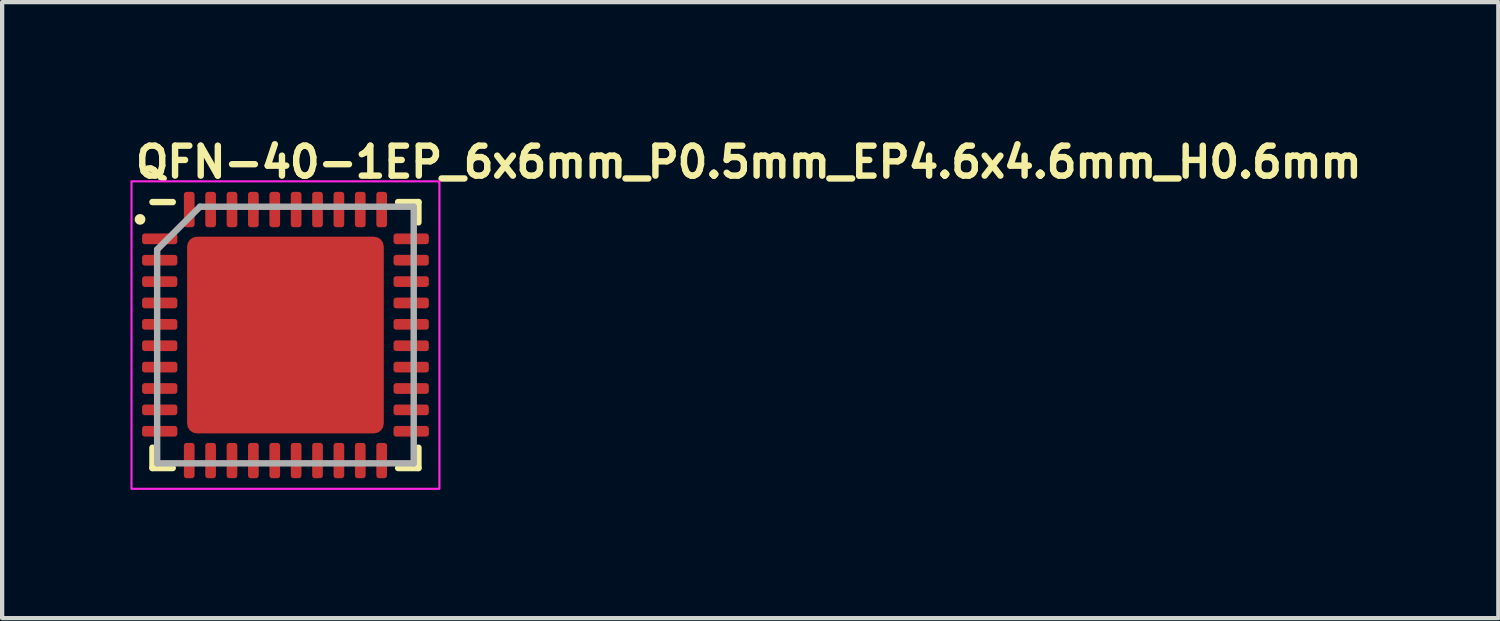
<source format=kicad_pcb>
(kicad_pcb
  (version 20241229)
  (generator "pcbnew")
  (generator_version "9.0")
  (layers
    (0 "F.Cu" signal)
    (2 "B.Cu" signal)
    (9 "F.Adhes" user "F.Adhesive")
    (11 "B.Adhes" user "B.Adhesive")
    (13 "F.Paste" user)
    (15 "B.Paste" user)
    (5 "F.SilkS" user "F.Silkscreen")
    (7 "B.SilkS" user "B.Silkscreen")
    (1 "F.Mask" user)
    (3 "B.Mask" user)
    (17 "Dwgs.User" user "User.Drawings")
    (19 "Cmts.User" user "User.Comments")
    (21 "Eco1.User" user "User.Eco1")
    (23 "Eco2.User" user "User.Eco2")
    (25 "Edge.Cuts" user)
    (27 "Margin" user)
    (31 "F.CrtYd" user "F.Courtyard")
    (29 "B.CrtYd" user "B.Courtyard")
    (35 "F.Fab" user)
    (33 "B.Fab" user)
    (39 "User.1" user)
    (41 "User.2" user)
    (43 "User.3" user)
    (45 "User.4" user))
  (footprint "QFN-40-1EP_6x6mm_P0.5mm_EP4.6x4.6mm_H0.6mm"
    (layer "F.Cu")
    (at 3.625 4.78)
    (property "Reference" "QFN-40-1EP_6x6mm_P0.5mm_EP4.6x4.6mm_H0.6mm" (at -3.58 -3.63 0) (unlocked yes) (layer "F.SilkS") (effects (font (size 0.7 0.7) (thickness 0.15)) (justify left bottom)))
    (attr smd)
    (fp_line (start -3.11 -3.105) (end -2.635 -3.105) (stroke (width 0.15) (type solid)) (layer "F.SilkS"))
    (fp_line (start -3.11 3.115) (end -3.11 2.64) (stroke (width 0.15) (type solid)) (layer "F.SilkS"))
    (fp_line (start -2.635 3.115) (end -3.11 3.115) (stroke (width 0.15) (type solid)) (layer "F.SilkS"))
    (fp_line (start 2.635 -3.105) (end 3.11 -3.105) (stroke (width 0.15) (type solid)) (layer "F.SilkS"))
    (fp_line (start 2.635 3.115) (end 3.11 3.115) (stroke (width 0.15) (type solid)) (layer "F.SilkS"))
    (fp_line (start 3.11 -3.105) (end 3.11 -2.63) (stroke (width 0.15) (type solid)) (layer "F.SilkS"))
    (fp_line (start 3.11 3.115) (end 3.11 2.64) (stroke (width 0.15) (type solid)) (layer "F.SilkS"))
    (fp_circle (center -3.4 -2.7) (end -3.35 -2.7) (stroke (width 0.15) (type solid)) (fill yes) (layer "F.SilkS"))
    (fp_rect (start -3.6 -3.59) (end 3.6 3.6) (stroke (width 0.05) (type solid)) (fill no) (layer "F.CrtYd"))
    (fp_line (start -3 -1.995) (end -2 -2.995) (stroke (width 0.15) (type solid)) (layer "F.Fab"))
    (fp_line (start -3 3.005) (end -3 -1.995) (stroke (width 0.15) (type solid)) (layer "F.Fab"))
    (fp_line (start -2 -2.995) (end 3 -2.995) (stroke (width 0.15) (type solid)) (layer "F.Fab"))
    (fp_line (start 3 -2.995) (end 3 3.005) (stroke (width 0.15) (type solid)) (layer "F.Fab"))
    (fp_line (start 3 3.005) (end -3 3.005) (stroke (width 0.15) (type solid)) (layer "F.Fab"))
    (fp_rect (start -3 -3) (end 3 3) (stroke (width 0.1) (type solid)) (fill no) (layer "User.5"))
    (fp_line (start -3 -2.365) (end -3 -2.135) (stroke (width 0.02) (type solid)) (layer "User.9"))
    (fp_line (start -3 -2.135) (end -2.99 -2.135) (stroke (width 0.02) (type solid)) (layer "User.9"))
    (fp_line (start -3 -1.865) (end -3 -1.635) (stroke (width 0.02) (type solid)) (layer "User.9"))
    (fp_line (start -3 -1.635) (end -2.99 -1.635) (stroke (width 0.02) (type solid)) (layer "User.9"))
    (fp_line (start -3 -1.365) (end -3 -1.135) (stroke (width 0.02) (type solid)) (layer "User.9"))
    (fp_line (start -3 -1.135) (end -2.99 -1.135) (stroke (width 0.02) (type solid)) (layer "User.9"))
    (fp_line (start -3 -0.865) (end -3 -0.635) (stroke (width 0.02) (type solid)) (layer "User.9"))
    (fp_line (start -3 -0.635) (end -2.99 -0.635) (stroke (width 0.02) (type solid)) (layer "User.9"))
    (fp_line (start -3 -0.365) (end -3 -0.135) (stroke (width 0.02) (type solid)) (layer "User.9"))
    (fp_line (start -3 -0.135) (end -2.99 -0.135) (stroke (width 0.02) (type solid)) (layer "User.9"))
    (fp_line (start -3 0.135) (end -3 0.365) (stroke (width 0.02) (type solid)) (layer "User.9"))
    (fp_line (start -3 0.365) (end -2.99 0.365) (stroke (width 0.02) (type solid)) (layer "User.9"))
    (fp_line (start -3 0.635) (end -3 0.865) (stroke (width 0.02) (type solid)) (layer "User.9"))
    (fp_line (start -3 0.865) (end -2.99 0.865) (stroke (width 0.02) (type solid)) (layer "User.9"))
    (fp_line (start -3 1.135) (end -3 1.365) (stroke (width 0.02) (type solid)) (layer "User.9"))
    (fp_line (start -3 1.365) (end -2.99 1.365) (stroke (width 0.02) (type solid)) (layer "User.9"))
    (fp_line (start -3 1.635) (end -3 1.865) (stroke (width 0.02) (type solid)) (layer "User.9"))
    (fp_line (start -3 1.865) (end -2.99 1.865) (stroke (width 0.02) (type solid)) (layer "User.9"))
    (fp_line (start -3 2.135) (end -3 2.365) (stroke (width 0.02) (type solid)) (layer "User.9"))
    (fp_line (start -3 2.365) (end -2.99 2.365) (stroke (width 0.02) (type solid)) (layer "User.9"))
    (fp_line (start -2.99 -2.99) (end -2.99 2.99) (stroke (width 0.02) (type solid)) (layer "User.9"))
    (fp_line (start -2.99 -2.99) (end 2.99 -2.99) (stroke (width 0.02) (type solid)) (layer "User.9"))
    (fp_line (start -2.99 -2.365) (end -3 -2.365) (stroke (width 0.02) (type solid)) (layer "User.9"))
    (fp_line (start -2.99 -1.865) (end -3 -1.865) (stroke (width 0.02) (type solid)) (layer "User.9"))
    (fp_line (start -2.99 -1.365) (end -3 -1.365) (stroke (width 0.02) (type solid)) (layer "User.9"))
    (fp_line (start -2.99 -0.865) (end -3 -0.865) (stroke (width 0.02) (type solid)) (layer "User.9"))
    (fp_line (start -2.99 -0.365) (end -3 -0.365) (stroke (width 0.02) (type solid)) (layer "User.9"))
    (fp_line (start -2.99 0.135) (end -3 0.135) (stroke (width 0.02) (type solid)) (layer "User.9"))
    (fp_line (start -2.99 0.635) (end -3 0.635) (stroke (width 0.02) (type solid)) (layer "User.9"))
    (fp_line (start -2.99 1.135) (end -3 1.135) (stroke (width 0.02) (type solid)) (layer "User.9"))
    (fp_line (start -2.99 1.635) (end -3 1.635) (stroke (width 0.02) (type solid)) (layer "User.9"))
    (fp_line (start -2.99 2.135) (end -3 2.135) (stroke (width 0.02) (type solid)) (layer "User.9"))
    (fp_line (start -2.99 2.99) (end 2.99 2.99) (stroke (width 0.02) (type solid)) (layer "User.9"))
    (fp_line (start -2.55 -2.3) (end -2.546 -2.343) (stroke (width 0.02) (type solid)) (layer "User.9"))
    (fp_line (start -2.546 -2.343) (end -2.535 -2.386) (stroke (width 0.02) (type solid)) (layer "User.9"))
    (fp_line (start -2.546 -2.257) (end -2.55 -2.3) (stroke (width 0.02) (type solid)) (layer "User.9"))
    (fp_line (start -2.535 -2.386) (end -2.517 -2.425) (stroke (width 0.02) (type solid)) (layer "User.9"))
    (fp_line (start -2.535 -2.214) (end -2.546 -2.257) (stroke (width 0.02) (type solid)) (layer "User.9"))
    (fp_line (start -2.517 -2.425) (end -2.492 -2.461) (stroke (width 0.02) (type solid)) (layer "User.9"))
    (fp_line (start -2.517 -2.175) (end -2.535 -2.214) (stroke (width 0.02) (type solid)) (layer "User.9"))
    (fp_line (start -2.492 -2.461) (end -2.461 -2.492) (stroke (width 0.02) (type solid)) (layer "User.9"))
    (fp_line (start -2.492 -2.139) (end -2.517 -2.175) (stroke (width 0.02) (type solid)) (layer "User.9"))
    (fp_line (start -2.461 -2.492) (end -2.425 -2.517) (stroke (width 0.02) (type solid)) (layer "User.9"))
    (fp_line (start -2.461 -2.108) (end -2.492 -2.139) (stroke (width 0.02) (type solid)) (layer "User.9"))
    (fp_line (start -2.425 -2.517) (end -2.386 -2.535) (stroke (width 0.02) (type solid)) (layer "User.9"))
    (fp_line (start -2.425 -2.083) (end -2.461 -2.108) (stroke (width 0.02) (type solid)) (layer "User.9"))
    (fp_line (start -2.386 -2.535) (end -2.343 -2.546) (stroke (width 0.02) (type solid)) (layer "User.9"))
    (fp_line (start -2.386 -2.065) (end -2.425 -2.083) (stroke (width 0.02) (type solid)) (layer "User.9"))
    (fp_line (start -2.365 -3) (end -2.365 -2.99) (stroke (width 0.02) (type solid)) (layer "User.9"))
    (fp_line (start -2.365 2.99) (end -2.365 3) (stroke (width 0.02) (type solid)) (layer "User.9"))
    (fp_line (start -2.365 3) (end -2.135 3) (stroke (width 0.02) (type solid)) (layer "User.9"))
    (fp_line (start -2.343 -2.546) (end -2.3 -2.55) (stroke (width 0.02) (type solid)) (layer "User.9"))
    (fp_line (start -2.343 -2.054) (end -2.386 -2.065) (stroke (width 0.02) (type solid)) (layer "User.9"))
    (fp_line (start -2.3 -2.55) (end -2.257 -2.546) (stroke (width 0.02) (type solid)) (layer "User.9"))
    (fp_line (start -2.3 -2.05) (end -2.343 -2.054) (stroke (width 0.02) (type solid)) (layer "User.9"))
    (fp_line (start -2.257 -2.546) (end -2.214 -2.535) (stroke (width 0.02) (type solid)) (layer "User.9"))
    (fp_line (start -2.257 -2.054) (end -2.3 -2.05) (stroke (width 0.02) (type solid)) (layer "User.9"))
    (fp_line (start -2.214 -2.535) (end -2.175 -2.517) (stroke (width 0.02) (type solid)) (layer "User.9"))
    (fp_line (start -2.214 -2.065) (end -2.257 -2.054) (stroke (width 0.02) (type solid)) (layer "User.9"))
    (fp_line (start -2.175 -2.517) (end -2.139 -2.492) (stroke (width 0.02) (type solid)) (layer "User.9"))
    (fp_line (start -2.175 -2.083) (end -2.214 -2.065) (stroke (width 0.02) (type solid)) (layer "User.9"))
    (fp_line (start -2.139 -2.492) (end -2.108 -2.461) (stroke (width 0.02) (type solid)) (layer "User.9"))
    (fp_line (start -2.139 -2.108) (end -2.175 -2.083) (stroke (width 0.02) (type solid)) (layer "User.9"))
    (fp_line (start -2.135 -3) (end -2.365 -3) (stroke (width 0.02) (type solid)) (layer "User.9"))
    (fp_line (start -2.135 -2.99) (end -2.135 -3) (stroke (width 0.02) (type solid)) (layer "User.9"))
    (fp_line (start -2.135 3) (end -2.135 2.99) (stroke (width 0.02) (type solid)) (layer "User.9"))
    (fp_line (start -2.108 -2.461) (end -2.083 -2.425) (stroke (width 0.02) (type solid)) (layer "User.9"))
    (fp_line (start -2.108 -2.139) (end -2.139 -2.108) (stroke (width 0.02) (type solid)) (layer "User.9"))
    (fp_line (start -2.083 -2.425) (end -2.065 -2.386) (stroke (width 0.02) (type solid)) (layer "User.9"))
    (fp_line (start -2.083 -2.175) (end -2.108 -2.139) (stroke (width 0.02) (type solid)) (layer "User.9"))
    (fp_line (start -2.065 -2.386) (end -2.054 -2.343) (stroke (width 0.02) (type solid)) (layer "User.9"))
    (fp_line (start -2.065 -2.214) (end -2.083 -2.175) (stroke (width 0.02) (type solid)) (layer "User.9"))
    (fp_line (start -2.054 -2.343) (end -2.05 -2.3) (stroke (width 0.02) (type solid)) (layer "User.9"))
    (fp_line (start -2.054 -2.257) (end -2.065 -2.214) (stroke (width 0.02) (type solid)) (layer "User.9"))
    (fp_line (start -2.05 -2.3) (end -2.054 -2.257) (stroke (width 0.02) (type solid)) (layer "User.9"))
    (fp_line (start -1.865 -3) (end -1.865 -2.99) (stroke (width 0.02) (type solid)) (layer "User.9"))
    (fp_line (start -1.865 2.99) (end -1.865 3) (stroke (width 0.02) (type solid)) (layer "User.9"))
    (fp_line (start -1.865 3) (end -1.635 3) (stroke (width 0.02) (type solid)) (layer "User.9"))
    (fp_line (start -1.635 -3) (end -1.865 -3) (stroke (width 0.02) (type solid)) (layer "User.9"))
    (fp_line (start -1.635 -2.99) (end -1.635 -3) (stroke (width 0.02) (type solid)) (layer "User.9"))
    (fp_line (start -1.635 3) (end -1.635 2.99) (stroke (width 0.02) (type solid)) (layer "User.9"))
    (fp_line (start -1.365 -3) (end -1.365 -2.99) (stroke (width 0.02) (type solid)) (layer "User.9"))
    (fp_line (start -1.365 2.99) (end -1.365 3) (stroke (width 0.02) (type solid)) (layer "User.9"))
    (fp_line (start -1.365 3) (end -1.135 3) (stroke (width 0.02) (type solid)) (layer "User.9"))
    (fp_line (start -1.135 -3) (end -1.365 -3) (stroke (width 0.02) (type solid)) (layer "User.9"))
    (fp_line (start -1.135 -2.99) (end -1.135 -3) (stroke (width 0.02) (type solid)) (layer "User.9"))
    (fp_line (start -1.135 3) (end -1.135 2.99) (stroke (width 0.02) (type solid)) (layer "User.9"))
    (fp_line (start -0.865 -3) (end -0.865 -2.99) (stroke (width 0.02) (type solid)) (layer "User.9"))
    (fp_line (start -0.865 2.99) (end -0.865 3) (stroke (width 0.02) (type solid)) (layer "User.9"))
    (fp_line (start -0.865 3) (end -0.635 3) (stroke (width 0.02) (type solid)) (layer "User.9"))
    (fp_line (start -0.635 -3) (end -0.865 -3) (stroke (width 0.02) (type solid)) (layer "User.9"))
    (fp_line (start -0.635 -2.99) (end -0.635 -3) (stroke (width 0.02) (type solid)) (layer "User.9"))
    (fp_line (start -0.635 3) (end -0.635 2.99) (stroke (width 0.02) (type solid)) (layer "User.9"))
    (fp_line (start -0.365 -3) (end -0.365 -2.99) (stroke (width 0.02) (type solid)) (layer "User.9"))
    (fp_line (start -0.365 2.99) (end -0.365 3) (stroke (width 0.02) (type solid)) (layer "User.9"))
    (fp_line (start -0.365 3) (end -0.135 3) (stroke (width 0.02) (type solid)) (layer "User.9"))
    (fp_line (start -0.135 -3) (end -0.365 -3) (stroke (width 0.02) (type solid)) (layer "User.9"))
    (fp_line (start -0.135 -2.99) (end -0.135 -3) (stroke (width 0.02) (type solid)) (layer "User.9"))
    (fp_line (start -0.135 3) (end -0.135 2.99) (stroke (width 0.02) (type solid)) (layer "User.9"))
    (fp_line (start 0.135 -3) (end 0.135 -2.99) (stroke (width 0.02) (type solid)) (layer "User.9"))
    (fp_line (start 0.135 2.99) (end 0.135 3) (stroke (width 0.02) (type solid)) (layer "User.9"))
    (fp_line (start 0.135 3) (end 0.365 3) (stroke (width 0.02) (type solid)) (layer "User.9"))
    (fp_line (start 0.365 -3) (end 0.135 -3) (stroke (width 0.02) (type solid)) (layer "User.9"))
    (fp_line (start 0.365 -2.99) (end 0.365 -3) (stroke (width 0.02) (type solid)) (layer "User.9"))
    (fp_line (start 0.365 3) (end 0.365 2.99) (stroke (width 0.02) (type solid)) (layer "User.9"))
    (fp_line (start 0.635 -3) (end 0.635 -2.99) (stroke (width 0.02) (type solid)) (layer "User.9"))
    (fp_line (start 0.635 2.99) (end 0.635 3) (stroke (width 0.02) (type solid)) (layer "User.9"))
    (fp_line (start 0.635 3) (end 0.865 3) (stroke (width 0.02) (type solid)) (layer "User.9"))
    (fp_line (start 0.865 -3) (end 0.635 -3) (stroke (width 0.02) (type solid)) (layer "User.9"))
    (fp_line (start 0.865 -2.99) (end 0.865 -3) (stroke (width 0.02) (type solid)) (layer "User.9"))
    (fp_line (start 0.865 3) (end 0.865 2.99) (stroke (width 0.02) (type solid)) (layer "User.9"))
    (fp_line (start 1.135 -3) (end 1.135 -2.99) (stroke (width 0.02) (type solid)) (layer "User.9"))
    (fp_line (start 1.135 2.99) (end 1.135 3) (stroke (width 0.02) (type solid)) (layer "User.9"))
    (fp_line (start 1.135 3) (end 1.365 3) (stroke (width 0.02) (type solid)) (layer "User.9"))
    (fp_line (start 1.365 -3) (end 1.135 -3) (stroke (width 0.02) (type solid)) (layer "User.9"))
    (fp_line (start 1.365 -2.99) (end 1.365 -3) (stroke (width 0.02) (type solid)) (layer "User.9"))
    (fp_line (start 1.365 3) (end 1.365 2.99) (stroke (width 0.02) (type solid)) (layer "User.9"))
    (fp_line (start 1.635 -3) (end 1.635 -2.99) (stroke (width 0.02) (type solid)) (layer "User.9"))
    (fp_line (start 1.635 2.99) (end 1.635 3) (stroke (width 0.02) (type solid)) (layer "User.9"))
    (fp_line (start 1.635 3) (end 1.865 3) (stroke (width 0.02) (type solid)) (layer "User.9"))
    (fp_line (start 1.865 -3) (end 1.635 -3) (stroke (width 0.02) (type solid)) (layer "User.9"))
    (fp_line (start 1.865 -2.99) (end 1.865 -3) (stroke (width 0.02) (type solid)) (layer "User.9"))
    (fp_line (start 1.865 3) (end 1.865 2.99) (stroke (width 0.02) (type solid)) (layer "User.9"))
    (fp_line (start 2.135 -3) (end 2.135 -2.99) (stroke (width 0.02) (type solid)) (layer "User.9"))
    (fp_line (start 2.135 2.99) (end 2.135 3) (stroke (width 0.02) (type solid)) (layer "User.9"))
    (fp_line (start 2.135 3) (end 2.365 3) (stroke (width 0.02) (type solid)) (layer "User.9"))
    (fp_line (start 2.365 -3) (end 2.135 -3) (stroke (width 0.02) (type solid)) (layer "User.9"))
    (fp_line (start 2.365 -2.99) (end 2.365 -3) (stroke (width 0.02) (type solid)) (layer "User.9"))
    (fp_line (start 2.365 3) (end 2.365 2.99) (stroke (width 0.02) (type solid)) (layer "User.9"))
    (fp_line (start 2.99 -2.99) (end 2.99 2.99) (stroke (width 0.02) (type solid)) (layer "User.9"))
    (fp_line (start 2.99 -2.135) (end 3 -2.135) (stroke (width 0.02) (type solid)) (layer "User.9"))
    (fp_line (start 2.99 -1.635) (end 3 -1.635) (stroke (width 0.02) (type solid)) (layer "User.9"))
    (fp_line (start 2.99 -1.135) (end 3 -1.135) (stroke (width 0.02) (type solid)) (layer "User.9"))
    (fp_line (start 2.99 -0.635) (end 3 -0.635) (stroke (width 0.02) (type solid)) (layer "User.9"))
    (fp_line (start 2.99 -0.135) (end 3 -0.135) (stroke (width 0.02) (type solid)) (layer "User.9"))
    (fp_line (start 2.99 0.365) (end 3 0.365) (stroke (width 0.02) (type solid)) (layer "User.9"))
    (fp_line (start 2.99 0.865) (end 3 0.865) (stroke (width 0.02) (type solid)) (layer "User.9"))
    (fp_line (start 2.99 1.365) (end 3 1.365) (stroke (width 0.02) (type solid)) (layer "User.9"))
    (fp_line (start 2.99 1.865) (end 3 1.865) (stroke (width 0.02) (type solid)) (layer "User.9"))
    (fp_line (start 2.99 2.365) (end 3 2.365) (stroke (width 0.02) (type solid)) (layer "User.9"))
    (fp_line (start 3 -2.365) (end 2.99 -2.365) (stroke (width 0.02) (type solid)) (layer "User.9"))
    (fp_line (start 3 -2.135) (end 3 -2.365) (stroke (width 0.02) (type solid)) (layer "User.9"))
    (fp_line (start 3 -1.865) (end 2.99 -1.865) (stroke (width 0.02) (type solid)) (layer "User.9"))
    (fp_line (start 3 -1.635) (end 3 -1.865) (stroke (width 0.02) (type solid)) (layer "User.9"))
    (fp_line (start 3 -1.365) (end 2.99 -1.365) (stroke (width 0.02) (type solid)) (layer "User.9"))
    (fp_line (start 3 -1.135) (end 3 -1.365) (stroke (width 0.02) (type solid)) (layer "User.9"))
    (fp_line (start 3 -0.865) (end 2.99 -0.865) (stroke (width 0.02) (type solid)) (layer "User.9"))
    (fp_line (start 3 -0.635) (end 3 -0.865) (stroke (width 0.02) (type solid)) (layer "User.9"))
    (fp_line (start 3 -0.365) (end 2.99 -0.365) (stroke (width 0.02) (type solid)) (layer "User.9"))
    (fp_line (start 3 -0.135) (end 3 -0.365) (stroke (width 0.02) (type solid)) (layer "User.9"))
    (fp_line (start 3 0.135) (end 2.99 0.135) (stroke (width 0.02) (type solid)) (layer "User.9"))
    (fp_line (start 3 0.365) (end 3 0.135) (stroke (width 0.02) (type solid)) (layer "User.9"))
    (fp_line (start 3 0.635) (end 2.99 0.635) (stroke (width 0.02) (type solid)) (layer "User.9"))
    (fp_line (start 3 0.865) (end 3 0.635) (stroke (width 0.02) (type solid)) (layer "User.9"))
    (fp_line (start 3 1.135) (end 2.99 1.135) (stroke (width 0.02) (type solid)) (layer "User.9"))
    (fp_line (start 3 1.365) (end 3 1.135) (stroke (width 0.02) (type solid)) (layer "User.9"))
    (fp_line (start 3 1.635) (end 2.99 1.635) (stroke (width 0.02) (type solid)) (layer "User.9"))
    (fp_line (start 3 1.865) (end 3 1.635) (stroke (width 0.02) (type solid)) (layer "User.9"))
    (fp_line (start 3 2.135) (end 2.99 2.135) (stroke (width 0.02) (type solid)) (layer "User.9"))
    (fp_line (start 3 2.365) (end 3 2.135) (stroke (width 0.02) (type solid)) (layer "User.9"))
    (pad "" smd roundrect (at -1.725 -1.72) (size 0.93 0.93) (layers "F.Paste") (roundrect_rratio 0.25))
    (pad "" smd roundrect (at -1.725 -0.57) (size 0.93 0.93) (layers "F.Paste") (roundrect_rratio 0.25))
    (pad "" smd roundrect (at -1.725 0.58) (size 0.93 0.93) (layers "F.Paste") (roundrect_rratio 0.25))
    (pad "" smd roundrect (at -1.725 1.73) (size 0.93 0.93) (layers "F.Paste") (roundrect_rratio 0.25))
    (pad "" smd roundrect (at -0.575 -1.72) (size 0.93 0.93) (layers "F.Paste") (roundrect_rratio 0.25))
    (pad "" smd roundrect (at -0.575 -0.57) (size 0.93 0.93) (layers "F.Paste") (roundrect_rratio 0.25))
    (pad "" smd roundrect (at -0.575 0.58) (size 0.93 0.93) (layers "F.Paste") (roundrect_rratio 0.25))
    (pad "" smd roundrect (at -0.575 1.73) (size 0.93 0.93) (layers "F.Paste") (roundrect_rratio 0.25))
    (pad "" smd roundrect (at 0.575 -1.72) (size 0.93 0.93) (layers "F.Paste") (roundrect_rratio 0.25))
    (pad "" smd roundrect (at 0.575 -0.57) (size 0.93 0.93) (layers "F.Paste") (roundrect_rratio 0.25))
    (pad "" smd roundrect (at 0.575 0.58) (size 0.93 0.93) (layers "F.Paste") (roundrect_rratio 0.25))
    (pad "" smd roundrect (at 0.575 1.73) (size 0.93 0.93) (layers "F.Paste") (roundrect_rratio 0.25))
    (pad "" smd roundrect (at 1.725 -1.72) (size 0.93 0.93) (layers "F.Paste") (roundrect_rratio 0.25))
    (pad "" smd roundrect (at 1.725 -0.57) (size 0.93 0.93) (layers "F.Paste") (roundrect_rratio 0.25))
    (pad "" smd roundrect (at 1.725 0.58) (size 0.93 0.93) (layers "F.Paste") (roundrect_rratio 0.25))
    (pad "" smd roundrect (at 1.725 1.73) (size 0.93 0.93) (layers "F.Paste") (roundrect_rratio 0.25))
    (pad "1" smd roundrect (at -2.94 -2.245) (size 0.825 0.25) (layers "F.Cu" "F.Mask" "F.Paste") (roundrect_rratio 0.25))
    (pad "2" smd roundrect (at -2.94 -1.745) (size 0.825 0.25) (layers "F.Cu" "F.Mask" "F.Paste") (roundrect_rratio 0.25))
    (pad "3" smd roundrect (at -2.94 -1.245) (size 0.825 0.25) (layers "F.Cu" "F.Mask" "F.Paste") (roundrect_rratio 0.25))
    (pad "4" smd roundrect (at -2.94 -0.745) (size 0.825 0.25) (layers "F.Cu" "F.Mask" "F.Paste") (roundrect_rratio 0.25))
    (pad "5" smd roundrect (at -2.94 -0.245) (size 0.825 0.25) (layers "F.Cu" "F.Mask" "F.Paste") (roundrect_rratio 0.25))
    (pad "6" smd roundrect (at -2.94 0.255) (size 0.825 0.25) (layers "F.Cu" "F.Mask" "F.Paste") (roundrect_rratio 0.25))
    (pad "7" smd roundrect (at -2.94 0.755) (size 0.825 0.25) (layers "F.Cu" "F.Mask" "F.Paste") (roundrect_rratio 0.25))
    (pad "8" smd roundrect (at -2.94 1.255) (size 0.825 0.25) (layers "F.Cu" "F.Mask" "F.Paste") (roundrect_rratio 0.25))
    (pad "9" smd roundrect (at -2.94 1.755) (size 0.825 0.25) (layers "F.Cu" "F.Mask" "F.Paste") (roundrect_rratio 0.25))
    (pad "10" smd roundrect (at -2.94 2.255) (size 0.825 0.25) (layers "F.Cu" "F.Mask" "F.Paste") (roundrect_rratio 0.25))
    (pad "11" smd roundrect (at -2.25 2.94) (size 0.25 0.825) (layers "F.Cu" "F.Mask" "F.Paste") (roundrect_rratio 0.25))
    (pad "12" smd roundrect (at -1.75 2.94) (size 0.25 0.825) (layers "F.Cu" "F.Mask" "F.Paste") (roundrect_rratio 0.25))
    (pad "13" smd roundrect (at -1.25 2.94) (size 0.25 0.825) (layers "F.Cu" "F.Mask" "F.Paste") (roundrect_rratio 0.25))
    (pad "14" smd roundrect (at -0.75 2.94) (size 0.25 0.825) (layers "F.Cu" "F.Mask" "F.Paste") (roundrect_rratio 0.25))
    (pad "15" smd roundrect (at -0.25 2.94) (size 0.25 0.825) (layers "F.Cu" "F.Mask" "F.Paste") (roundrect_rratio 0.25))
    (pad "16" smd roundrect (at 0.25 2.94) (size 0.25 0.825) (layers "F.Cu" "F.Mask" "F.Paste") (roundrect_rratio 0.25))
    (pad "17" smd roundrect (at 0.75 2.94) (size 0.25 0.825) (layers "F.Cu" "F.Mask" "F.Paste") (roundrect_rratio 0.25))
    (pad "18" smd roundrect (at 1.25 2.94) (size 0.25 0.825) (layers "F.Cu" "F.Mask" "F.Paste") (roundrect_rratio 0.25))
    (pad "19" smd roundrect (at 1.75 2.94) (size 0.25 0.825) (layers "F.Cu" "F.Mask" "F.Paste") (roundrect_rratio 0.25))
    (pad "20" smd roundrect (at 2.25 2.94) (size 0.25 0.825) (layers "F.Cu" "F.Mask" "F.Paste") (roundrect_rratio 0.25))
    (pad "21" smd roundrect (at 2.94 2.255) (size 0.825 0.25) (layers "F.Cu" "F.Mask" "F.Paste") (roundrect_rratio 0.25))
    (pad "22" smd roundrect (at 2.94 1.755) (size 0.825 0.25) (layers "F.Cu" "F.Mask" "F.Paste") (roundrect_rratio 0.25))
    (pad "23" smd roundrect (at 2.94 1.255) (size 0.825 0.25) (layers "F.Cu" "F.Mask" "F.Paste") (roundrect_rratio 0.25))
    (pad "24" smd roundrect (at 2.94 0.755) (size 0.825 0.25) (layers "F.Cu" "F.Mask" "F.Paste") (roundrect_rratio 0.25))
    (pad "25" smd roundrect (at 2.94 0.255) (size 0.825 0.25) (layers "F.Cu" "F.Mask" "F.Paste") (roundrect_rratio 0.25))
    (pad "26" smd roundrect (at 2.94 -0.245) (size 0.825 0.25) (layers "F.Cu" "F.Mask" "F.Paste") (roundrect_rratio 0.25))
    (pad "27" smd roundrect (at 2.94 -0.745) (size 0.825 0.25) (layers "F.Cu" "F.Mask" "F.Paste") (roundrect_rratio 0.25))
    (pad "28" smd roundrect (at 2.94 -1.245) (size 0.825 0.25) (layers "F.Cu" "F.Mask" "F.Paste") (roundrect_rratio 0.25))
    (pad "29" smd roundrect (at 2.94 -1.745) (size 0.825 0.25) (layers "F.Cu" "F.Mask" "F.Paste") (roundrect_rratio 0.25))
    (pad "30" smd roundrect (at 2.94 -2.245) (size 0.825 0.25) (layers "F.Cu" "F.Mask" "F.Paste") (roundrect_rratio 0.25))
    (pad "31" smd roundrect (at 2.25 -2.93) (size 0.25 0.825) (layers "F.Cu" "F.Mask" "F.Paste") (roundrect_rratio 0.25))
    (pad "32" smd roundrect (at 1.75 -2.93) (size 0.25 0.825) (layers "F.Cu" "F.Mask" "F.Paste") (roundrect_rratio 0.25))
    (pad "33" smd roundrect (at 1.25 -2.93) (size 0.25 0.825) (layers "F.Cu" "F.Mask" "F.Paste") (roundrect_rratio 0.25))
    (pad "34" smd roundrect (at 0.75 -2.93) (size 0.25 0.825) (layers "F.Cu" "F.Mask" "F.Paste") (roundrect_rratio 0.25))
    (pad "35" smd roundrect (at 0.25 -2.93) (size 0.25 0.825) (layers "F.Cu" "F.Mask" "F.Paste") (roundrect_rratio 0.25))
    (pad "36" smd roundrect (at -0.25 -2.93) (size 0.25 0.825) (layers "F.Cu" "F.Mask" "F.Paste") (roundrect_rratio 0.25))
    (pad "37" smd roundrect (at -0.75 -2.93) (size 0.25 0.825) (layers "F.Cu" "F.Mask" "F.Paste") (roundrect_rratio 0.25))
    (pad "38" smd roundrect (at -1.25 -2.93) (size 0.25 0.825) (layers "F.Cu" "F.Mask" "F.Paste") (roundrect_rratio 0.25))
    (pad "39" smd roundrect (at -1.75 -2.93) (size 0.25 0.825) (layers "F.Cu" "F.Mask" "F.Paste") (roundrect_rratio 0.25))
    (pad "40" smd roundrect (at -2.25 -2.93) (size 0.25 0.825) (layers "F.Cu" "F.Mask" "F.Paste") (roundrect_rratio 0.25))
    (pad "41" smd roundrect (at 0 0.005) (size 4.6 4.6) (property pad_prop_heatsink) (layers "F.Cu" "F.Mask") (roundrect_rratio 0.05)))
  (gr_rect
    (start -3 -3)
    (end 31.988 11.405)
    (stroke (width 0.1) (type default))
    (fill no)
    (layer "Edge.Cuts")))
</source>
